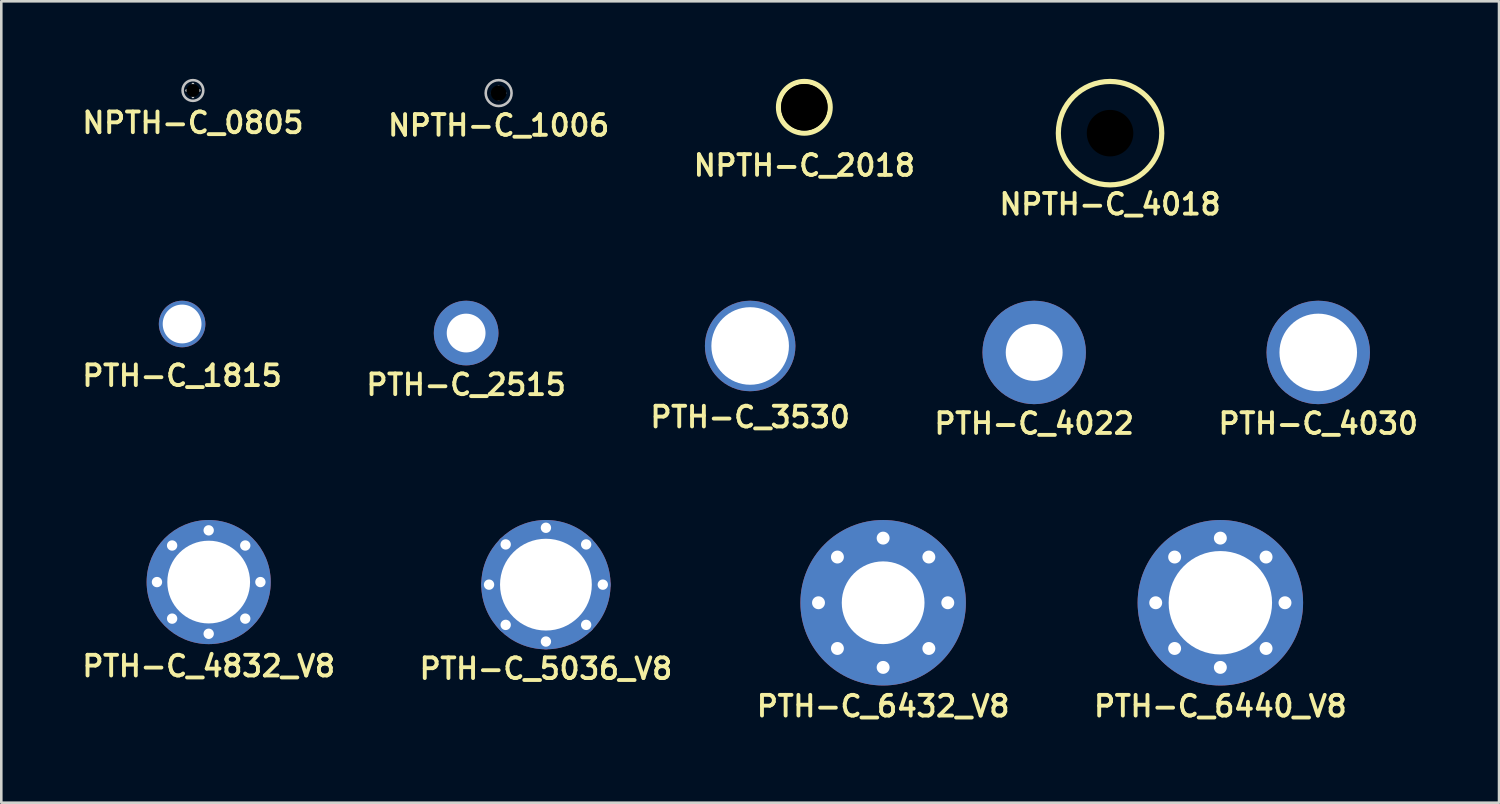
<source format=kicad_pcb>
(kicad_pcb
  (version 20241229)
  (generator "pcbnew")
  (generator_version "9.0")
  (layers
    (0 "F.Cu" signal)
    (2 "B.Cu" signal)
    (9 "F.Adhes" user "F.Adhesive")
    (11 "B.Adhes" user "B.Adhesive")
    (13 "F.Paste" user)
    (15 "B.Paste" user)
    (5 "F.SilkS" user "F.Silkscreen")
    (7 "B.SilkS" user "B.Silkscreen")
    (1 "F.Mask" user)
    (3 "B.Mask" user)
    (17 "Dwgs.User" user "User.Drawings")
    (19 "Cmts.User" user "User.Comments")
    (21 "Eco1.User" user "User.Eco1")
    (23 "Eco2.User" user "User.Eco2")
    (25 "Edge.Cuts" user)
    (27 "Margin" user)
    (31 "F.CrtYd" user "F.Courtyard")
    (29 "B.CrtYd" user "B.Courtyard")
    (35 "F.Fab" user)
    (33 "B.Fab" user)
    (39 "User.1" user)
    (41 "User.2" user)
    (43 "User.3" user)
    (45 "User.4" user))
  (footprint "NPTH-C_4018"
    (layer "F.Cu")
    (at 39.882 2.1)
    (property "Reference" "NPTH-C_4018" (at 0 2.75 0) (layer "F.SilkS") (effects (font (size 0.8 0.8) (thickness 0.15))))
    (attr through_hole exclude_from_pos_files exclude_from_bom)
    (fp_circle (center 0 0) (end 2 0) (stroke (width 0.2) (type solid)) (fill no) (layer "F.SilkS"))
    (fp_line (start -0.25 0) (end 0.25 0) (stroke (width 0.1) (type solid)) (layer "Dwgs.User"))
    (fp_line (start 0 -0.25) (end 0 0.25) (stroke (width 0.1) (type solid)) (layer "Dwgs.User"))
    (pad "" np_thru_hole circle (at 0 0) (size 2 2) (drill 1.8) (layers "*.Mask")))
  (footprint "PTH-C_6440_V8"
    (layer "F.Cu")
    (at 44.148 20.262)
    (property "Reference" "PTH-C_6440_V8" (at 0 4 0) (unlocked yes) (layer "F.SilkS") (effects (font (size 0.8 0.8) (thickness 0.15))))
    (attr through_hole)
    (fp_line (start -0.25 0) (end 0.25 0) (stroke (width 0.1) (type solid)) (layer "Dwgs.User"))
    (fp_line (start 0 -0.25) (end 0 0.25) (stroke (width 0.1) (type solid)) (layer "Dwgs.User"))
    (pad "PAD" thru_hole circle (at -2.5 0) (size 0.8 0.8) (drill 0.5) (layers "*.Cu" "*.Mask"))
    (pad "PAD" thru_hole circle (at -1.768 -1.768) (size 0.8 0.8) (drill 0.5) (layers "*.Cu" "*.Mask"))
    (pad "PAD" thru_hole circle (at -1.768 1.768) (size 0.8 0.8) (drill 0.5) (layers "*.Cu" "*.Mask"))
    (pad "PAD" thru_hole circle (at 0 -2.5) (size 0.8 0.8) (drill 0.5) (layers "*.Cu" "*.Mask"))
    (pad "PAD" thru_hole circle (at 0 0) (size 6.4 6.4) (drill 4) (layers "*.Cu" "*.Mask"))
    (pad "PAD" thru_hole circle (at 0 2.5) (size 0.8 0.8) (drill 0.5) (layers "*.Cu" "*.Mask"))
    (pad "PAD" thru_hole circle (at 1.768 -1.768) (size 0.8 0.8) (drill 0.5) (layers "*.Cu" "*.Mask"))
    (pad "PAD" thru_hole circle (at 1.768 1.768) (size 0.8 0.8) (drill 0.5) (layers "*.Cu" "*.Mask"))
    (pad "PAD" thru_hole circle (at 2.5 0) (size 0.8 0.8) (drill 0.5) (layers "*.Cu" "*.Mask")))
  (footprint "NPTH-C_0805"
    (layer "F.Cu")
    (at 4.412 0.45)
    (property "Reference" "NPTH-C_0805" (at 0 1.25 0) (unlocked yes) (layer "F.SilkS") (effects (font (size 0.8 0.8) (thickness 0.15))))
    (attr smd)
    (fp_line (start -0.25 0) (end 0.25 0) (stroke (width 0.1) (type solid)) (layer "Dwgs.User"))
    (fp_line (start 0 -0.25) (end 0 0.25) (stroke (width 0.1) (type solid)) (layer "Dwgs.User"))
    (fp_circle (center 0 0) (end 0.4 0) (stroke (width 0.1) (type solid)) (fill no) (layer "Dwgs.User"))
    (pad "" np_thru_hole circle (at 0 0) (size 0.5 0.5) (drill 0.5) (layers "*.Mask")))
  (footprint "NPTH-C_1006"
    (layer "F.Cu")
    (at 16.235 0.55)
    (property "Reference" "NPTH-C_1006" (at 0 1.25 0) (unlocked yes) (layer "F.SilkS") (effects (font (size 0.8 0.8) (thickness 0.15))))
    (attr smd)
    (fp_line (start -0.25 0) (end 0.25 0) (stroke (width 0.1) (type solid)) (layer "Dwgs.User"))
    (fp_line (start 0 -0.25) (end 0 0.25) (stroke (width 0.1) (type solid)) (layer "Dwgs.User"))
    (fp_circle (center 0 0) (end 0.5 0) (stroke (width 0.1) (type solid)) (fill no) (layer "Dwgs.User"))
    (pad "" np_thru_hole circle (at 0 0) (size 0.6 0.6) (drill 0.6) (layers "*.Mask")))
  (footprint "PTH-C_5036_V8"
    (layer "F.Cu")
    (at 18.064 19.562)
    (property "Reference" "PTH-C_5036_V8" (at 0 3.25 0) (unlocked yes) (layer "F.SilkS") (effects (font (size 0.8 0.8) (thickness 0.15))))
    (attr through_hole)
    (fp_line (start -0.25 0) (end 0.25 0) (stroke (width 0.1) (type solid)) (layer "Dwgs.User"))
    (fp_line (start 0 -0.25) (end 0 0.25) (stroke (width 0.1) (type solid)) (layer "Dwgs.User"))
    (pad "PAD" thru_hole circle (at -2.2 0) (size 0.6 0.6) (drill 0.4) (layers "*.Cu" "*.Mask"))
    (pad "PAD" thru_hole circle (at -1.556 -1.556) (size 0.6 0.6) (drill 0.4) (layers "*.Cu" "*.Mask"))
    (pad "PAD" thru_hole circle (at -1.556 1.556) (size 0.6 0.6) (drill 0.4) (layers "*.Cu" "*.Mask"))
    (pad "PAD" thru_hole circle (at 0 -2.2) (size 0.6 0.6) (drill 0.4) (layers "*.Cu" "*.Mask"))
    (pad "PAD" thru_hole circle (at 0 0) (size 5 5) (drill 3.55) (layers "*.Cu" "*.Mask"))
    (pad "PAD" thru_hole circle (at 0 2.2) (size 0.6 0.6) (drill 0.4) (layers "*.Cu" "*.Mask"))
    (pad "PAD" thru_hole circle (at 1.556 -1.556) (size 0.6 0.6) (drill 0.4) (layers "*.Cu" "*.Mask"))
    (pad "PAD" thru_hole circle (at 1.556 1.556) (size 0.6 0.6) (drill 0.4) (layers "*.Cu" "*.Mask"))
    (pad "PAD" thru_hole circle (at 2.2 0) (size 0.6 0.6) (drill 0.4) (layers "*.Cu" "*.Mask")))
  (footprint "PTH-C_1815"
    (layer "F.Cu")
    (at 3.993 9.481)
    (property "Reference" "PTH-C_1815" (at 0 2 0) (unlocked yes) (layer "F.SilkS") (effects (font (size 0.8 0.8) (thickness 0.15))))
    (attr through_hole)
    (fp_line (start -0.25 0) (end 0.25 0) (stroke (width 0.1) (type default)) (layer "Dwgs.User"))
    (fp_line (start 0 -0.25) (end 0 0.25) (stroke (width 0.1) (type default)) (layer "Dwgs.User"))
    (pad "PAD" thru_hole circle (at 0 0) (size 1.8 1.8) (drill 1.5) (layers "*.Cu" "*.Mask") (remove_unused_layers yes) (keep_end_layers yes) (zone_layer_connections)))
  (footprint "PTH-C_2515"
    (layer "F.Cu")
    (at 14.978 9.831)
    (property "Reference" "PTH-C_2515" (at 0 2 0) (unlocked yes) (layer "F.SilkS") (effects (font (size 0.8 0.8) (thickness 0.15))))
    (attr through_hole)
    (fp_line (start -0.25 0) (end 0.25 0) (stroke (width 0.1) (type default)) (layer "Dwgs.User"))
    (fp_line (start 0 -0.25) (end 0 0.25) (stroke (width 0.1) (type default)) (layer "Dwgs.User"))
    (pad "PAD" thru_hole circle (at 0 0) (size 2.5 2.5) (drill 1.5) (layers "*.Cu" "*.Mask") (remove_unused_layers yes) (keep_end_layers yes) (zone_layer_connections)))
  (footprint "PTH-C_6432_V8"
    (layer "F.Cu")
    (at 31.106 20.262)
    (property "Reference" "PTH-C_6432_V8" (at 0 4 0) (unlocked yes) (layer "F.SilkS") (effects (font (size 0.8 0.8) (thickness 0.15))))
    (attr through_hole)
    (fp_line (start -0.25 0) (end 0.25 0) (stroke (width 0.1) (type solid)) (layer "Dwgs.User"))
    (fp_line (start 0 -0.25) (end 0 0.25) (stroke (width 0.1) (type solid)) (layer "Dwgs.User"))
    (pad "PAD" thru_hole circle (at -2.5 0) (size 0.8 0.8) (drill 0.5) (layers "*.Cu" "*.Mask"))
    (pad "PAD" thru_hole circle (at -1.768 -1.768) (size 0.8 0.8) (drill 0.5) (layers "*.Cu" "*.Mask"))
    (pad "PAD" thru_hole circle (at -1.768 1.768) (size 0.8 0.8) (drill 0.5) (layers "*.Cu" "*.Mask"))
    (pad "PAD" thru_hole circle (at 0 -2.5) (size 0.8 0.8) (drill 0.5) (layers "*.Cu" "*.Mask"))
    (pad "PAD" thru_hole circle (at 0 0) (size 6.4 6.4) (drill 3.2) (layers "*.Cu" "*.Mask"))
    (pad "PAD" thru_hole circle (at 0 2.5) (size 0.8 0.8) (drill 0.5) (layers "*.Cu" "*.Mask"))
    (pad "PAD" thru_hole circle (at 1.768 -1.768) (size 0.8 0.8) (drill 0.5) (layers "*.Cu" "*.Mask"))
    (pad "PAD" thru_hole circle (at 1.768 1.768) (size 0.8 0.8) (drill 0.5) (layers "*.Cu" "*.Mask"))
    (pad "PAD" thru_hole circle (at 2.5 0) (size 0.8 0.8) (drill 0.5) (layers "*.Cu" "*.Mask")))
  (footprint "PTH-C_4030"
    (layer "F.Cu")
    (at 47.934 10.581)
    (property "Reference" "PTH-C_4030" (at 0 2.75 0) (unlocked yes) (layer "F.SilkS") (effects (font (size 0.8 0.8) (thickness 0.15))))
    (attr smd)
    (fp_line (start -0.25 0) (end 0.25 0) (stroke (width 0.1) (type solid)) (layer "Dwgs.User"))
    (fp_line (start 0 -0.25) (end 0 0.25) (stroke (width 0.1) (type solid)) (layer "Dwgs.User"))
    (pad "PAD" thru_hole circle (at 0 0) (size 4 4) (drill 3) (layers "*.Cu" "*.Mask")))
  (footprint "PTH-C_3530"
    (layer "F.Cu")
    (at 25.963 10.331)
    (property "Reference" "PTH-C_3530" (at 0 2.75 0) (layer "F.SilkS") (effects (font (size 0.8 0.8) (thickness 0.15))))
    (attr through_hole exclude_from_pos_files exclude_from_bom)
    (fp_line (start -0.25 0) (end 0.25 0) (stroke (width 0.1) (type solid)) (layer "Dwgs.User"))
    (fp_line (start 0 -0.25) (end 0 0.25) (stroke (width 0.1) (type solid)) (layer "Dwgs.User"))
    (pad "PAD" thru_hole circle (at 0 0) (size 3.5 3.5) (drill 3) (layers "*.Cu" "*.Mask") (remove_unused_layers yes) (keep_end_layers yes) (zone_layer_connections)))
  (footprint "PTH-C_4832_V8"
    (layer "F.Cu")
    (at 5.021 19.462)
    (property "Reference" "PTH-C_4832_V8" (at 0 3.25 0) (unlocked yes) (layer "F.SilkS") (effects (font (size 0.8 0.8) (thickness 0.15))))
    (attr through_hole)
    (fp_line (start -0.25 0) (end 0.25 0) (stroke (width 0.1) (type solid)) (layer "Dwgs.User"))
    (fp_line (start 0 -0.25) (end 0 0.25) (stroke (width 0.1) (type solid)) (layer "Dwgs.User"))
    (pad "PAD" thru_hole circle (at -2 0) (size 0.6 0.6) (drill 0.4) (layers "*.Cu" "*.Mask"))
    (pad "PAD" thru_hole circle (at -1.414 -1.414) (size 0.6 0.6) (drill 0.4) (layers "*.Cu" "*.Mask"))
    (pad "PAD" thru_hole circle (at -1.414 1.414) (size 0.6 0.6) (drill 0.4) (layers "*.Cu" "*.Mask"))
    (pad "PAD" thru_hole circle (at 0 -2) (size 0.6 0.6) (drill 0.4) (layers "*.Cu" "*.Mask"))
    (pad "PAD" thru_hole circle (at 0 0) (size 4.8 4.8) (drill 3.2) (layers "*.Cu" "*.Mask"))
    (pad "PAD" thru_hole circle (at 0 2) (size 0.6 0.6) (drill 0.4) (layers "*.Cu" "*.Mask"))
    (pad "PAD" thru_hole circle (at 1.414 -1.414) (size 0.6 0.6) (drill 0.4) (layers "*.Cu" "*.Mask"))
    (pad "PAD" thru_hole circle (at 1.414 1.414) (size 0.6 0.6) (drill 0.4) (layers "*.Cu" "*.Mask"))
    (pad "PAD" thru_hole circle (at 2 0) (size 0.6 0.6) (drill 0.4) (layers "*.Cu" "*.Mask")))
  (footprint "NPTH-C_2018"
    (layer "F.Cu")
    (at 28.058 1.1)
    (property "Reference" "NPTH-C_2018" (at 0 2.25 0) (layer "F.SilkS") (effects (font (size 0.8 0.8) (thickness 0.15))))
    (attr through_hole exclude_from_pos_files exclude_from_bom)
    (fp_circle (center 0 0) (end 1 0) (stroke (width 0.2) (type solid)) (fill no) (layer "F.SilkS"))
    (fp_line (start -0.25 0) (end 0.25 0) (stroke (width 0.1) (type solid)) (layer "Dwgs.User"))
    (fp_line (start 0 -0.25) (end 0 0.25) (stroke (width 0.1) (type solid)) (layer "Dwgs.User"))
    (pad "" np_thru_hole circle (at 0 0) (size 1.8 1.8) (drill 1.8) (layers "*.Mask")))
  (footprint "PTH-C_4022"
    (layer "F.Cu")
    (at 36.948 10.581)
    (property "Reference" "PTH-C_4022" (at 0 2.75 0) (unlocked yes) (layer "F.SilkS") (effects (font (size 0.8 0.8) (thickness 0.15))))
    (attr smd)
    (fp_line (start -0.25 0) (end 0.25 0) (stroke (width 0.1) (type solid)) (layer "Dwgs.User"))
    (fp_line (start 0 -0.25) (end 0 0.25) (stroke (width 0.1) (type solid)) (layer "Dwgs.User"))
    (pad "PAD" thru_hole circle (at 0 0) (size 4 4) (drill 2.2) (layers "*.Cu" "*.Mask")))
  (gr_rect
    (start -3 -3)
    (end 54.926 27.994)
    (stroke (width 0.1) (type default))
    (fill no)
    (layer "Edge.Cuts")))
</source>
